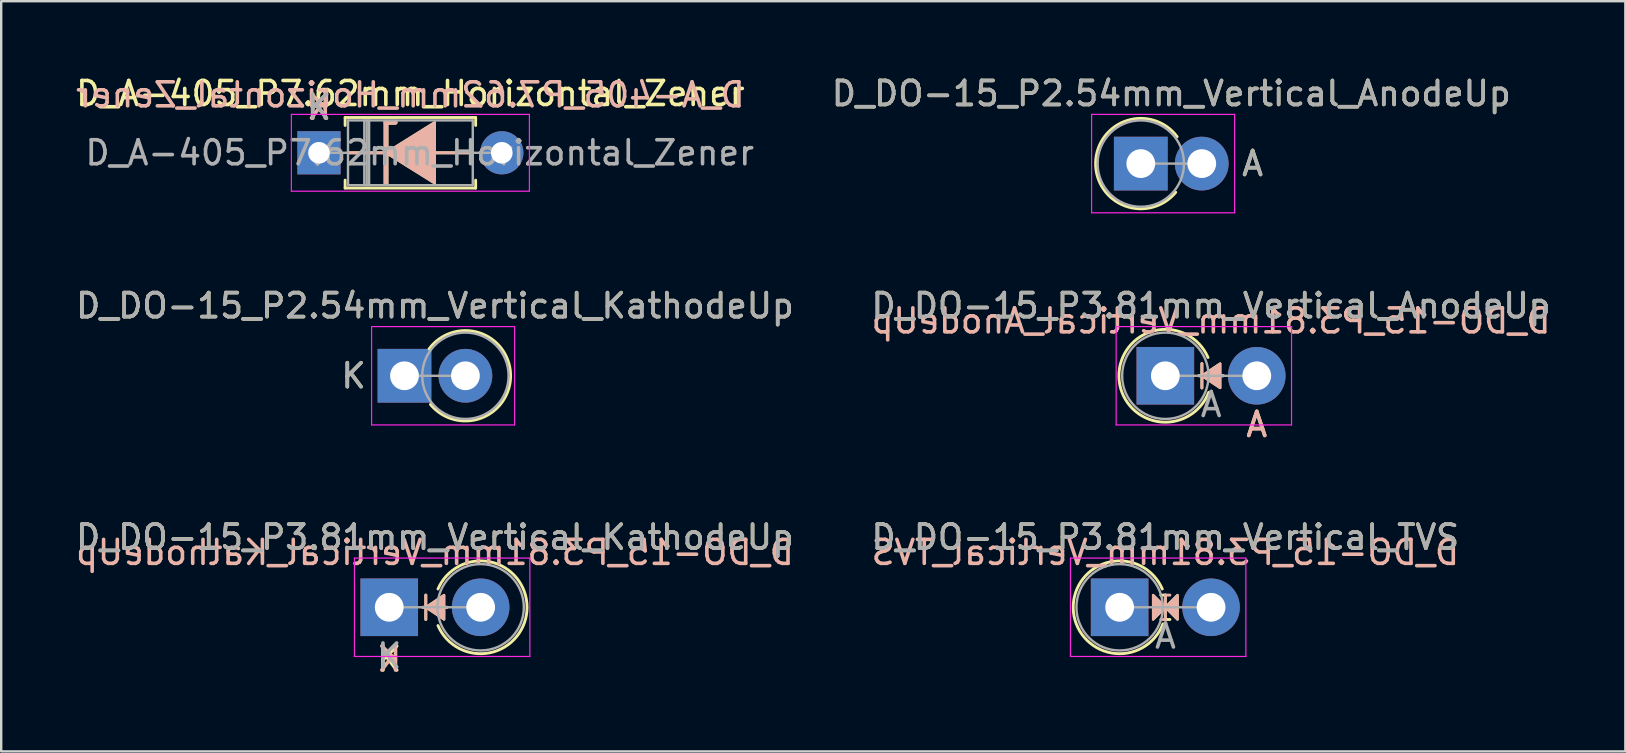
<source format=kicad_pcb>
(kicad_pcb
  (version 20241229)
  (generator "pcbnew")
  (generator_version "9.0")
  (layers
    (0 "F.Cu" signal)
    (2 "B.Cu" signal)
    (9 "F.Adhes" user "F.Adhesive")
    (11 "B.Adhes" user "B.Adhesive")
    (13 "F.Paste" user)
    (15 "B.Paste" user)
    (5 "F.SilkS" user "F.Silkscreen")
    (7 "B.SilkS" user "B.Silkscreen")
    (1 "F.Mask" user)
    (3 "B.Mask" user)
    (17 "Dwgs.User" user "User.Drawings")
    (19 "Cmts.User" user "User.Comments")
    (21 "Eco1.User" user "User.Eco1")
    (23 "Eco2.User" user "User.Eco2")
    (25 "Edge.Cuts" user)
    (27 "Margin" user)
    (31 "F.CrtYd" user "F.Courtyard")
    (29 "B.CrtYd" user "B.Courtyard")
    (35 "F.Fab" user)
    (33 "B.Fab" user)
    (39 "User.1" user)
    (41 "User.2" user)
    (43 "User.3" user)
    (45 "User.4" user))
  (footprint "D_DO-15_P3.81mm_Vertical_TVS"
    (layer "F.Cu")
    (at 43.613 22.26)
    (property "Reference" "D_DO-15_P3.81mm_Vertical_TVS" (at 1.905 -2.92 0) (layer "F.SilkS") (effects (font (size 1 1) (thickness 0.15))))
    (fp_line (start 1.714 -0.508) (end 1.905 -0.508) (stroke (width 0.12) (type solid)) (layer "F.SilkS"))
    (fp_line (start 1.905 -0.508) (end 1.905 0.508) (stroke (width 0.12) (type solid)) (layer "F.SilkS"))
    (fp_line (start 1.905 0.508) (end 2.095 0.508) (stroke (width 0.12) (type solid)) (layer "F.SilkS"))
    (fp_arc (start 1.806184 0.692547) (mid -1.934042 0.037477) (end 1.777999 -0.761999) (stroke (width 0.12) (type solid)) (layer "F.SilkS"))
    (fp_poly (pts (xy 1.397 -0.508) (xy 1.905 0) (xy 1.397 0.508)) (stroke (width 0.1) (type solid)) (fill yes) (layer "F.SilkS"))
    (fp_poly (pts (xy 2.413 0.508) (xy 1.905 0) (xy 2.413 -0.508)) (stroke (width 0.1) (type solid)) (fill yes) (layer "F.SilkS"))
    (fp_line (start 1.714 0.508) (end 1.905 0.508) (stroke (width 0.12) (type solid)) (layer "B.SilkS"))
    (fp_line (start 1.905 -0.508) (end 2.095 -0.508) (stroke (width 0.12) (type solid)) (layer "B.SilkS"))
    (fp_line (start 1.905 0.508) (end 1.905 -0.508) (stroke (width 0.12) (type solid)) (layer "B.SilkS"))
    (fp_poly (pts (xy 1.397 0.508) (xy 1.905 0) (xy 1.397 -0.508)) (stroke (width 0.1) (type solid)) (fill yes) (layer "B.SilkS"))
    (fp_poly (pts (xy 2.413 -0.508) (xy 1.905 0) (xy 2.413 0.508)) (stroke (width 0.1) (type solid)) (fill yes) (layer "B.SilkS"))
    (fp_line (start -2.05 -2.05) (end -2.05 2.05) (stroke (width 0.05) (type solid)) (layer "F.CrtYd"))
    (fp_line (start -2.05 2.05) (end 5.26 2.05) (stroke (width 0.05) (type solid)) (layer "F.CrtYd"))
    (fp_line (start 5.26 -2.05) (end -2.05 -2.05) (stroke (width 0.05) (type solid)) (layer "F.CrtYd"))
    (fp_line (start 5.26 2.05) (end 5.26 -2.05) (stroke (width 0.05) (type solid)) (layer "F.CrtYd"))
    (fp_line (start 0 0) (end 3.81 0) (stroke (width 0.1) (type solid)) (layer "F.Fab"))
    (fp_circle (center 0 0) (end 1.8 0) (stroke (width 0.1) (type solid)) (fill no) (layer "F.Fab"))
    (fp_text user "${REFERENCE}" (at 1.905 -2.286 0) (layer "B.SilkS") (effects (font (size 1 1) (thickness 0.15)) (justify mirror)))
    (fp_text user "A" (at 1.91 1.2 0) (layer "F.Fab") (effects (font (size 1 1) (thickness 0.15))))
    (fp_text user "${REFERENCE}" (at 1.905 -2.92 0) (layer "F.Fab") (effects (font (size 1 1) (thickness 0.15))))
    (pad "1" thru_hole rect (at 0 0) (size 2.4 2.4) (drill 1.2) (layers "*.Cu" "*.Mask"))
    (pad "2" thru_hole oval (at 3.81 0) (size 2.4 2.4) (drill 1.2) (layers "*.Cu" "*.Mask")))
  (footprint "D_DO-15_P3.81mm_Vertical_KathodeUp"
    (layer "F.Cu")
    (at 13.172 22.26)
    (property "Reference" "D_DO-15_P3.81mm_Vertical_KathodeUp" (at 1.905 -2.92 0) (layer "F.SilkS") (effects (font (size 1 1) (thickness 0.15))))
    (fp_line (start 1.397 0) (end 2.413 0) (stroke (width 0.12) (type solid)) (layer "F.SilkS"))
    (fp_line (start 1.524 0.508) (end 1.524 -0.508) (stroke (width 0.12) (type solid)) (layer "F.SilkS"))
    (fp_arc (start 2.032001 -0.762) (mid 5.744404 0.000002) (end 2.032 0.762) (stroke (width 0.12) (type solid)) (layer "F.SilkS"))
    (fp_poly (pts (xy 2.286 0.508) (xy 1.524 0) (xy 2.286 -0.508)) (stroke (width 0.1) (type solid)) (fill yes) (layer "F.SilkS"))
    (fp_line (start 1.397 0) (end 2.413 0) (stroke (width 0.12) (type solid)) (layer "B.SilkS"))
    (fp_line (start 1.524 -0.508) (end 1.524 0.508) (stroke (width 0.12) (type solid)) (layer "B.SilkS"))
    (fp_poly (pts (xy 2.286 -0.508) (xy 1.524 0) (xy 2.286 0.508)) (stroke (width 0.1) (type solid)) (fill yes) (layer "B.SilkS"))
    (fp_line (start -1.45 -2.05) (end -1.45 2.05) (stroke (width 0.05) (type solid)) (layer "F.CrtYd"))
    (fp_line (start -1.45 2.05) (end 5.86 2.05) (stroke (width 0.05) (type solid)) (layer "F.CrtYd"))
    (fp_line (start 5.86 -2.05) (end -1.45 -2.05) (stroke (width 0.05) (type solid)) (layer "F.CrtYd"))
    (fp_line (start 5.86 2.05) (end 5.86 -2.05) (stroke (width 0.05) (type solid)) (layer "F.CrtYd"))
    (fp_line (start 0 0) (end 3.81 0) (stroke (width 0.1) (type solid)) (layer "F.Fab"))
    (fp_circle (center 3.81 0) (end 5.61 0) (stroke (width 0.1) (type solid)) (fill no) (layer "F.Fab"))
    (fp_text user "K" (at 0 2.159 0) (layer "F.SilkS") (effects (font (size 1 1) (thickness 0.15))))
    (fp_text user "K" (at 0 2.159 0) (layer "B.SilkS") (effects (font (size 1 1) (thickness 0.15)) (justify mirror)))
    (fp_text user "${REFERENCE}" (at 1.905 -2.286 0) (layer "B.SilkS") (effects (font (size 1 1) (thickness 0.15)) (justify mirror)))
    (fp_text user "K" (at 0 2.032 0) (layer "F.Fab") (effects (font (size 1 1) (thickness 0.15))))
    (fp_text user "${REFERENCE}" (at 1.905 -2.92 0) (layer "F.Fab") (effects (font (size 1 1) (thickness 0.15))))
    (pad "1" thru_hole rect (at 0 0) (size 2.4 2.4) (drill 1.2) (layers "*.Cu" "*.Mask"))
    (pad "2" thru_hole oval (at 3.81 0) (size 2.4 2.4) (drill 1.2) (layers "*.Cu" "*.Mask")))
  (footprint "D_DO-15_P2.54mm_Vertical_KathodeUp"
    (layer "F.Cu")
    (at 13.807 12.611)
    (property "Reference" "D_DO-15_P2.54mm_Vertical_KathodeUp" (at 1.27 -2.92 0) (layer "F.SilkS") (effects (font (size 1 1) (thickness 0.15))))
    (attr through_hole)
    (fp_arc (start 1.025404 -1.12) (mid 4.423124 -0.047368) (end 1.083629 1.194732) (stroke (width 0.12) (type solid)) (layer "F.SilkS"))
    (fp_line (start -1.37 -2.05) (end -1.37 2.05) (stroke (width 0.05) (type solid)) (layer "F.CrtYd"))
    (fp_line (start -1.37 2.05) (end 4.59 2.05) (stroke (width 0.05) (type solid)) (layer "F.CrtYd"))
    (fp_line (start 4.59 -2.05) (end -1.37 -2.05) (stroke (width 0.05) (type solid)) (layer "F.CrtYd"))
    (fp_line (start 4.59 2.05) (end 4.59 -2.05) (stroke (width 0.05) (type solid)) (layer "F.CrtYd"))
    (fp_line (start 0 0) (end 2.54 0) (stroke (width 0.1) (type solid)) (layer "F.Fab"))
    (fp_circle (center 2.54 0) (end 4.34 0) (stroke (width 0.1) (type solid)) (fill no) (layer "F.Fab"))
    (fp_text user "K" (at -2.12 0 0) (layer "F.SilkS") (effects (font (size 1 1) (thickness 0.15))))
    (fp_text user "K" (at -2.12 0 0) (layer "F.Fab") (effects (font (size 1 1) (thickness 0.15))))
    (fp_text user "${REFERENCE}" (at 1.27 -2.92 0) (layer "F.Fab") (effects (font (size 1 1) (thickness 0.15))))
    (pad "1" thru_hole rect (at 0 0) (size 2.24 2.24) (drill 1.2) (layers "*.Cu" "*.Mask"))
    (pad "2" thru_hole oval (at 2.54 0) (size 2.24 2.24) (drill 1.2) (layers "*.Cu" "*.Mask")))
  (footprint "D_A-405_P7.62mm_Horizontal_Zener"
    (layer "F.Cu")
    (at 10.244 3.318)
    (property "Reference" "D_A-405_P7.62mm_Horizontal_Zener" (at 3.81 -2.47 0) (layer "F.SilkS") (effects (font (size 1 1) (thickness 0.15))))
    (fp_line (start 1.09 -1.47) (end 6.53 -1.47) (stroke (width 0.12) (type solid)) (layer "F.SilkS"))
    (fp_line (start 1.09 -1.14) (end 1.09 -1.47) (stroke (width 0.12) (type solid)) (layer "F.SilkS"))
    (fp_line (start 1.09 1.14) (end 1.09 1.47) (stroke (width 0.12) (type solid)) (layer "F.SilkS"))
    (fp_line (start 1.09 1.47) (end 6.53 1.47) (stroke (width 0.12) (type solid)) (layer "F.SilkS"))
    (fp_line (start 1.2 0) (end 2.794 0) (stroke (width 0.12) (type solid)) (layer "F.SilkS"))
    (fp_line (start 2.794 -1.27) (end 2.794 1.27) (stroke (width 0.2) (type solid)) (layer "F.SilkS"))
    (fp_line (start 2.794 -1.27) (end 3.175 -1.27) (stroke (width 0.2) (type solid)) (layer "F.SilkS"))
    (fp_line (start 6.4 0) (end 4.826 0) (stroke (width 0.12) (type solid)) (layer "F.SilkS"))
    (fp_line (start 6.53 -1.47) (end 6.53 -1.14) (stroke (width 0.12) (type solid)) (layer "F.SilkS"))
    (fp_line (start 6.53 1.47) (end 6.53 1.14) (stroke (width 0.12) (type solid)) (layer "F.SilkS"))
    (fp_poly (pts (xy 4.826 1.27) (xy 2.794 0) (xy 4.826 -1.27)) (stroke (width 0.1) (type solid)) (fill yes) (layer "F.SilkS"))
    (fp_line (start 1.2 0) (end 2.794 0) (stroke (width 0.12) (type solid)) (layer "B.SilkS"))
    (fp_line (start 2.794 -1.27) (end 3.175 -1.27) (stroke (width 0.2) (type solid)) (layer "B.SilkS"))
    (fp_line (start 2.794 1.27) (end 2.794 -1.27) (stroke (width 0.2) (type solid)) (layer "B.SilkS"))
    (fp_line (start 6.4 0) (end 4.826 0) (stroke (width 0.12) (type solid)) (layer "B.SilkS"))
    (fp_poly (pts (xy 4.826 -1.27) (xy 2.794 0) (xy 4.826 1.27)) (stroke (width 0.1) (type solid)) (fill yes) (layer "B.SilkS"))
    (fp_line (start -1.15 -1.6) (end -1.15 1.6) (stroke (width 0.05) (type solid)) (layer "F.CrtYd"))
    (fp_line (start -1.15 1.6) (end 8.77 1.6) (stroke (width 0.05) (type solid)) (layer "F.CrtYd"))
    (fp_line (start 8.77 -1.6) (end -1.15 -1.6) (stroke (width 0.05) (type solid)) (layer "F.CrtYd"))
    (fp_line (start 8.77 1.6) (end 8.77 -1.6) (stroke (width 0.05) (type solid)) (layer "F.CrtYd"))
    (fp_line (start 0 0) (end 1.21 0) (stroke (width 0.1) (type solid)) (layer "F.Fab"))
    (fp_line (start 1.21 -1.35) (end 1.21 1.35) (stroke (width 0.1) (type solid)) (layer "F.Fab"))
    (fp_line (start 1.21 1.35) (end 6.41 1.35) (stroke (width 0.1) (type solid)) (layer "F.Fab"))
    (fp_line (start 1.89 -1.35) (end 1.89 1.35) (stroke (width 0.1) (type solid)) (layer "F.Fab"))
    (fp_line (start 1.99 -1.35) (end 1.99 1.35) (stroke (width 0.1) (type solid)) (layer "F.Fab"))
    (fp_line (start 2.09 -1.35) (end 2.09 1.35) (stroke (width 0.1) (type solid)) (layer "F.Fab"))
    (fp_line (start 6.41 -1.35) (end 1.21 -1.35) (stroke (width 0.1) (type solid)) (layer "F.Fab"))
    (fp_line (start 6.41 1.35) (end 6.41 -1.35) (stroke (width 0.1) (type solid)) (layer "F.Fab"))
    (fp_line (start 7.62 0) (end 6.41 0) (stroke (width 0.1) (type solid)) (layer "F.Fab"))
    (fp_text user "K" (at 0 -1.9 0) (layer "F.SilkS") (effects (font (size 1 1) (thickness 0.15))))
    (fp_text user "${REFERENCE}" (at 3.81 -2.413 0) (layer "B.SilkS") (effects (font (size 1 1) (thickness 0.15)) (justify mirror)))
    (fp_text user "K" (at 0 -1.905 0) (layer "B.SilkS") (effects (font (size 1 1) (thickness 0.15)) (justify mirror)))
    (fp_text user "${REFERENCE}" (at 4.2 0 0) (layer "F.Fab") (effects (font (size 1 1) (thickness 0.15))))
    (fp_text user "K" (at 0 -1.9 0) (layer "F.Fab") (effects (font (size 1 1) (thickness 0.15))))
    (pad "1" thru_hole rect (at 0 0) (size 1.8 1.8) (drill 0.9) (layers "*.Cu" "*.Mask"))
    (pad "2" thru_hole oval (at 7.62 0) (size 1.8 1.8) (drill 0.9) (layers "*.Cu" "*.Mask")))
  (footprint "D_DO-15_P2.54mm_Vertical_AnodeUp"
    (layer "F.Cu")
    (at 44.495 3.768)
    (property "Reference" "D_DO-15_P2.54mm_Vertical_AnodeUp" (at 1.27 -2.92 0) (layer "F.SilkS") (effects (font (size 1 1) (thickness 0.15))))
    (attr through_hole)
    (fp_arc (start 1.456371 1.194732) (mid -1.883124 -0.047368) (end 1.514596 -1.12) (stroke (width 0.12) (type solid)) (layer "F.SilkS"))
    (fp_line (start -2.05 -2.05) (end -2.05 2.05) (stroke (width 0.05) (type solid)) (layer "F.CrtYd"))
    (fp_line (start -2.05 2.05) (end 3.91 2.05) (stroke (width 0.05) (type solid)) (layer "F.CrtYd"))
    (fp_line (start 3.91 -2.05) (end -2.05 -2.05) (stroke (width 0.05) (type solid)) (layer "F.CrtYd"))
    (fp_line (start 3.91 2.05) (end 3.91 -2.05) (stroke (width 0.05) (type solid)) (layer "F.CrtYd"))
    (fp_line (start 0 0) (end 2.54 0) (stroke (width 0.1) (type solid)) (layer "F.Fab"))
    (fp_circle (center 0 0) (end 1.8 0) (stroke (width 0.1) (type solid)) (fill no) (layer "F.Fab"))
    (fp_text user "A" (at 4.66 0 0) (layer "F.SilkS") (effects (font (size 1 1) (thickness 0.15))))
    (fp_text user "A" (at 4.66 0 0) (layer "F.Fab") (effects (font (size 1 1) (thickness 0.15))))
    (fp_text user "${REFERENCE}" (at 1.27 -2.92 0) (layer "F.Fab") (effects (font (size 1 1) (thickness 0.15))))
    (pad "1" thru_hole rect (at 0 0) (size 2.24 2.24) (drill 1.2) (layers "*.Cu" "*.Mask"))
    (pad "2" thru_hole oval (at 2.54 0) (size 2.24 2.24) (drill 1.2) (layers "*.Cu" "*.Mask")))
  (footprint "D_DO-15_P3.81mm_Vertical_AnodeUp"
    (layer "F.Cu")
    (at 45.518 12.611)
    (property "Reference" "D_DO-15_P3.81mm_Vertical_AnodeUp" (at 1.905 -2.92 0) (layer "F.SilkS") (effects (font (size 1 1) (thickness 0.15))))
    (fp_line (start 1.397 0) (end 2.413 0) (stroke (width 0.12) (type solid)) (layer "F.SilkS"))
    (fp_line (start 1.524 0.508) (end 1.524 -0.508) (stroke (width 0.12) (type solid)) (layer "F.SilkS"))
    (fp_arc (start 1.806184 0.692547) (mid -1.934042 0.037477) (end 1.777999 -0.761999) (stroke (width 0.12) (type solid)) (layer "F.SilkS"))
    (fp_poly (pts (xy 2.286 0.508) (xy 1.524 0) (xy 2.286 -0.508)) (stroke (width 0.1) (type solid)) (fill yes) (layer "F.SilkS"))
    (fp_line (start 1.397 0) (end 2.413 0) (stroke (width 0.12) (type solid)) (layer "B.SilkS"))
    (fp_line (start 1.524 -0.508) (end 1.524 0.508) (stroke (width 0.12) (type solid)) (layer "B.SilkS"))
    (fp_poly (pts (xy 2.286 -0.508) (xy 1.524 0) (xy 2.286 0.508)) (stroke (width 0.1) (type solid)) (fill yes) (layer "B.SilkS"))
    (fp_line (start -2.05 -2.05) (end -2.05 2.05) (stroke (width 0.05) (type solid)) (layer "F.CrtYd"))
    (fp_line (start -2.05 2.05) (end 5.26 2.05) (stroke (width 0.05) (type solid)) (layer "F.CrtYd"))
    (fp_line (start 5.26 -2.05) (end -2.05 -2.05) (stroke (width 0.05) (type solid)) (layer "F.CrtYd"))
    (fp_line (start 5.26 2.05) (end 5.26 -2.05) (stroke (width 0.05) (type solid)) (layer "F.CrtYd"))
    (fp_line (start 0 0) (end 3.81 0) (stroke (width 0.1) (type solid)) (layer "F.Fab"))
    (fp_circle (center 0 0) (end 1.8 0) (stroke (width 0.1) (type solid)) (fill no) (layer "F.Fab"))
    (fp_text user "A" (at 3.81 2.032 0) (layer "F.SilkS") (effects (font (size 1 1) (thickness 0.15))))
    (fp_text user "${REFERENCE}" (at 1.905 -2.286 0) (layer "B.SilkS") (effects (font (size 1 1) (thickness 0.15)) (justify mirror)))
    (fp_text user "A" (at 3.81 2.032 0) (layer "B.SilkS") (effects (font (size 1 1) (thickness 0.15)) (justify mirror)))
    (fp_text user "A" (at 1.91 1.2 0) (layer "F.Fab") (effects (font (size 1 1) (thickness 0.15))))
    (fp_text user "${REFERENCE}" (at 1.905 -2.92 0) (layer "F.Fab") (effects (font (size 1 1) (thickness 0.15))))
    (pad "1" thru_hole rect (at 0 0) (size 2.4 2.4) (drill 1.2) (layers "*.Cu" "*.Mask"))
    (pad "2" thru_hole oval (at 3.81 0) (size 2.4 2.4) (drill 1.2) (layers "*.Cu" "*.Mask")))
  (gr_rect
    (start -3 -3)
    (end 64.69 28.267)
    (stroke (width 0.1) (type default))
    (fill no)
    (layer "Edge.Cuts")))
</source>
